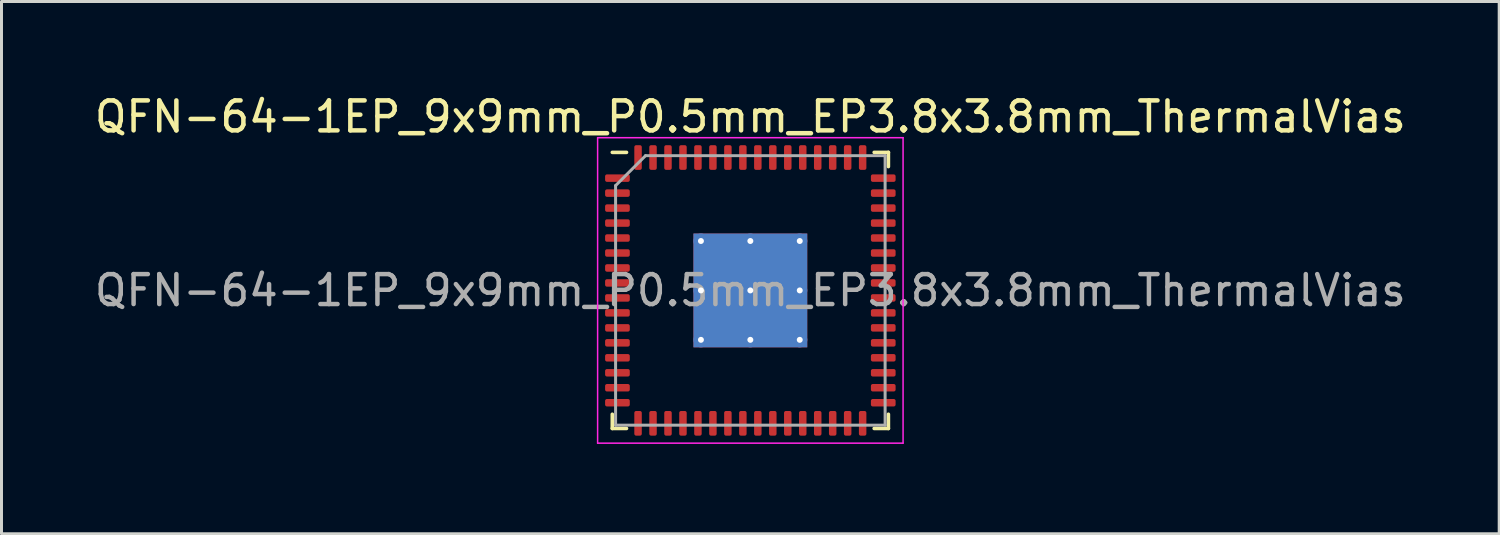
<source format=kicad_pcb>
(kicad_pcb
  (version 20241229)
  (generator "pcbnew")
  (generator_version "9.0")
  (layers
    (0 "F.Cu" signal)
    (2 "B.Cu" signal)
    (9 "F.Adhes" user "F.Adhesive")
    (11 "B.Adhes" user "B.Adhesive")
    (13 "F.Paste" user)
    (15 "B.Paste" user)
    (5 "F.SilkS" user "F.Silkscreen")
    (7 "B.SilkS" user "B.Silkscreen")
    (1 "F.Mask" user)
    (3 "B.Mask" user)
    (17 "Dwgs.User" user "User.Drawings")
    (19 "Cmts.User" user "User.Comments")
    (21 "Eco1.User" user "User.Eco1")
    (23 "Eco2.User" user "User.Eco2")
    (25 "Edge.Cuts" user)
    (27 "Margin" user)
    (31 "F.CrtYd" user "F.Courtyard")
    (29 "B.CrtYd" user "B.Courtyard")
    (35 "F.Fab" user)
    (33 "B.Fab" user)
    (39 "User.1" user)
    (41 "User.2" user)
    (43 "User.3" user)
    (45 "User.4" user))
  (footprint "QFN-64-1EP_9x9mm_P0.5mm_EP3.8x3.8mm_ThermalVias"
    (layer "F.Cu")
    (at 22.006 6.648)
    (property "Reference" "QFN-64-1EP_9x9mm_P0.5mm_EP3.8x3.8mm_ThermalVias" (at 0 -5.8 0) (layer "F.SilkS") (effects (font (size 1 1) (thickness 0.15))))
    (attr smd)
    (fp_line (start -4.61 4.61) (end -4.61 4.135) (stroke (width 0.12) (type solid)) (layer "F.SilkS"))
    (fp_line (start -4.135 -4.61) (end -4.61 -4.61) (stroke (width 0.12) (type solid)) (layer "F.SilkS"))
    (fp_line (start -4.135 4.61) (end -4.61 4.61) (stroke (width 0.12) (type solid)) (layer "F.SilkS"))
    (fp_line (start 4.135 -4.61) (end 4.61 -4.61) (stroke (width 0.12) (type solid)) (layer "F.SilkS"))
    (fp_line (start 4.135 4.61) (end 4.61 4.61) (stroke (width 0.12) (type solid)) (layer "F.SilkS"))
    (fp_line (start 4.61 -4.61) (end 4.61 -4.135) (stroke (width 0.12) (type solid)) (layer "F.SilkS"))
    (fp_line (start 4.61 4.61) (end 4.61 4.135) (stroke (width 0.12) (type solid)) (layer "F.SilkS"))
    (fp_line (start -5.1 -5.1) (end -5.1 5.1) (stroke (width 0.05) (type solid)) (layer "F.CrtYd"))
    (fp_line (start -5.1 5.1) (end 5.1 5.1) (stroke (width 0.05) (type solid)) (layer "F.CrtYd"))
    (fp_line (start 5.1 -5.1) (end -5.1 -5.1) (stroke (width 0.05) (type solid)) (layer "F.CrtYd"))
    (fp_line (start 5.1 5.1) (end 5.1 -5.1) (stroke (width 0.05) (type solid)) (layer "F.CrtYd"))
    (fp_line (start -4.5 -3.5) (end -3.5 -4.5) (stroke (width 0.1) (type solid)) (layer "F.Fab"))
    (fp_line (start -4.5 4.5) (end -4.5 -3.5) (stroke (width 0.1) (type solid)) (layer "F.Fab"))
    (fp_line (start -3.5 -4.5) (end 4.5 -4.5) (stroke (width 0.1) (type solid)) (layer "F.Fab"))
    (fp_line (start 4.5 -4.5) (end 4.5 4.5) (stroke (width 0.1) (type solid)) (layer "F.Fab"))
    (fp_line (start 4.5 4.5) (end -4.5 4.5) (stroke (width 0.1) (type solid)) (layer "F.Fab"))
    (fp_text user "${REFERENCE}" (at 0 0 0) (layer "F.Fab") (effects (font (size 1 1) (thickness 0.15))))
    (pad "" smd custom (at -0.825 -0.825) (size 1.415 1.415) (layers "F.Paste") (options (anchor circle)) (primitives (gr_poly (pts (xy -0.649 -0.553) (xy -0.553 -0.649) (xy 0.553 -0.649) (xy 0.649 -0.553) (xy 0.649 0.553) (xy 0.553 0.649) (xy -0.553 0.649) (xy -0.649 0.553)) (width 0.233) (fill yes))))
    (pad "" smd custom (at -0.825 0.825) (size 1.415 1.415) (layers "F.Paste") (options (anchor circle)) (primitives (gr_poly (pts (xy -0.649 -0.553) (xy -0.553 -0.649) (xy 0.553 -0.649) (xy 0.649 -0.553) (xy 0.649 0.553) (xy 0.553 0.649) (xy -0.553 0.649) (xy -0.649 0.553)) (width 0.233) (fill yes))))
    (pad "" smd custom (at 0.825 -0.825) (size 1.415 1.415) (layers "F.Paste") (options (anchor circle)) (primitives (gr_poly (pts (xy -0.649 -0.553) (xy -0.553 -0.649) (xy 0.553 -0.649) (xy 0.649 -0.553) (xy 0.649 0.553) (xy 0.553 0.649) (xy -0.553 0.649) (xy -0.649 0.553)) (width 0.233) (fill yes))))
    (pad "" smd custom (at 0.825 0.825) (size 1.415 1.415) (layers "F.Paste") (options (anchor circle)) (primitives (gr_poly (pts (xy -0.649 -0.553) (xy -0.553 -0.649) (xy 0.553 -0.649) (xy 0.649 -0.553) (xy 0.649 0.553) (xy 0.553 0.649) (xy -0.553 0.649) (xy -0.649 0.553)) (width 0.233) (fill yes))))
    (pad "1" smd roundrect (at -4.438 -3.75) (size 0.825 0.25) (layers "F.Cu" "F.Mask" "F.Paste") (roundrect_rratio 0.25))
    (pad "2" smd roundrect (at -4.438 -3.25) (size 0.825 0.25) (layers "F.Cu" "F.Mask" "F.Paste") (roundrect_rratio 0.25))
    (pad "3" smd roundrect (at -4.438 -2.75) (size 0.825 0.25) (layers "F.Cu" "F.Mask" "F.Paste") (roundrect_rratio 0.25))
    (pad "4" smd roundrect (at -4.438 -2.25) (size 0.825 0.25) (layers "F.Cu" "F.Mask" "F.Paste") (roundrect_rratio 0.25))
    (pad "5" smd roundrect (at -4.438 -1.75) (size 0.825 0.25) (layers "F.Cu" "F.Mask" "F.Paste") (roundrect_rratio 0.25))
    (pad "6" smd roundrect (at -4.438 -1.25) (size 0.825 0.25) (layers "F.Cu" "F.Mask" "F.Paste") (roundrect_rratio 0.25))
    (pad "7" smd roundrect (at -4.438 -0.75) (size 0.825 0.25) (layers "F.Cu" "F.Mask" "F.Paste") (roundrect_rratio 0.25))
    (pad "8" smd roundrect (at -4.438 -0.25) (size 0.825 0.25) (layers "F.Cu" "F.Mask" "F.Paste") (roundrect_rratio 0.25))
    (pad "9" smd roundrect (at -4.438 0.25) (size 0.825 0.25) (layers "F.Cu" "F.Mask" "F.Paste") (roundrect_rratio 0.25))
    (pad "10" smd roundrect (at -4.438 0.75) (size 0.825 0.25) (layers "F.Cu" "F.Mask" "F.Paste") (roundrect_rratio 0.25))
    (pad "11" smd roundrect (at -4.438 1.25) (size 0.825 0.25) (layers "F.Cu" "F.Mask" "F.Paste") (roundrect_rratio 0.25))
    (pad "12" smd roundrect (at -4.438 1.75) (size 0.825 0.25) (layers "F.Cu" "F.Mask" "F.Paste") (roundrect_rratio 0.25))
    (pad "13" smd roundrect (at -4.438 2.25) (size 0.825 0.25) (layers "F.Cu" "F.Mask" "F.Paste") (roundrect_rratio 0.25))
    (pad "14" smd roundrect (at -4.438 2.75) (size 0.825 0.25) (layers "F.Cu" "F.Mask" "F.Paste") (roundrect_rratio 0.25))
    (pad "15" smd roundrect (at -4.438 3.25) (size 0.825 0.25) (layers "F.Cu" "F.Mask" "F.Paste") (roundrect_rratio 0.25))
    (pad "16" smd roundrect (at -4.438 3.75) (size 0.825 0.25) (layers "F.Cu" "F.Mask" "F.Paste") (roundrect_rratio 0.25))
    (pad "17" smd roundrect (at -3.75 4.438) (size 0.25 0.825) (layers "F.Cu" "F.Mask" "F.Paste") (roundrect_rratio 0.25))
    (pad "18" smd roundrect (at -3.25 4.438) (size 0.25 0.825) (layers "F.Cu" "F.Mask" "F.Paste") (roundrect_rratio 0.25))
    (pad "19" smd roundrect (at -2.75 4.438) (size 0.25 0.825) (layers "F.Cu" "F.Mask" "F.Paste") (roundrect_rratio 0.25))
    (pad "20" smd roundrect (at -2.25 4.438) (size 0.25 0.825) (layers "F.Cu" "F.Mask" "F.Paste") (roundrect_rratio 0.25))
    (pad "21" smd roundrect (at -1.75 4.438) (size 0.25 0.825) (layers "F.Cu" "F.Mask" "F.Paste") (roundrect_rratio 0.25))
    (pad "22" smd roundrect (at -1.25 4.438) (size 0.25 0.825) (layers "F.Cu" "F.Mask" "F.Paste") (roundrect_rratio 0.25))
    (pad "23" smd roundrect (at -0.75 4.438) (size 0.25 0.825) (layers "F.Cu" "F.Mask" "F.Paste") (roundrect_rratio 0.25))
    (pad "24" smd roundrect (at -0.25 4.438) (size 0.25 0.825) (layers "F.Cu" "F.Mask" "F.Paste") (roundrect_rratio 0.25))
    (pad "25" smd roundrect (at 0.25 4.438) (size 0.25 0.825) (layers "F.Cu" "F.Mask" "F.Paste") (roundrect_rratio 0.25))
    (pad "26" smd roundrect (at 0.75 4.438) (size 0.25 0.825) (layers "F.Cu" "F.Mask" "F.Paste") (roundrect_rratio 0.25))
    (pad "27" smd roundrect (at 1.25 4.438) (size 0.25 0.825) (layers "F.Cu" "F.Mask" "F.Paste") (roundrect_rratio 0.25))
    (pad "28" smd roundrect (at 1.75 4.438) (size 0.25 0.825) (layers "F.Cu" "F.Mask" "F.Paste") (roundrect_rratio 0.25))
    (pad "29" smd roundrect (at 2.25 4.438) (size 0.25 0.825) (layers "F.Cu" "F.Mask" "F.Paste") (roundrect_rratio 0.25))
    (pad "30" smd roundrect (at 2.75 4.438) (size 0.25 0.825) (layers "F.Cu" "F.Mask" "F.Paste") (roundrect_rratio 0.25))
    (pad "31" smd roundrect (at 3.25 4.438) (size 0.25 0.825) (layers "F.Cu" "F.Mask" "F.Paste") (roundrect_rratio 0.25))
    (pad "32" smd roundrect (at 3.75 4.438) (size 0.25 0.825) (layers "F.Cu" "F.Mask" "F.Paste") (roundrect_rratio 0.25))
    (pad "33" smd roundrect (at 4.438 3.75) (size 0.825 0.25) (layers "F.Cu" "F.Mask" "F.Paste") (roundrect_rratio 0.25))
    (pad "34" smd roundrect (at 4.438 3.25) (size 0.825 0.25) (layers "F.Cu" "F.Mask" "F.Paste") (roundrect_rratio 0.25))
    (pad "35" smd roundrect (at 4.438 2.75) (size 0.825 0.25) (layers "F.Cu" "F.Mask" "F.Paste") (roundrect_rratio 0.25))
    (pad "36" smd roundrect (at 4.438 2.25) (size 0.825 0.25) (layers "F.Cu" "F.Mask" "F.Paste") (roundrect_rratio 0.25))
    (pad "37" smd roundrect (at 4.438 1.75) (size 0.825 0.25) (layers "F.Cu" "F.Mask" "F.Paste") (roundrect_rratio 0.25))
    (pad "38" smd roundrect (at 4.438 1.25) (size 0.825 0.25) (layers "F.Cu" "F.Mask" "F.Paste") (roundrect_rratio 0.25))
    (pad "39" smd roundrect (at 4.438 0.75) (size 0.825 0.25) (layers "F.Cu" "F.Mask" "F.Paste") (roundrect_rratio 0.25))
    (pad "40" smd roundrect (at 4.438 0.25) (size 0.825 0.25) (layers "F.Cu" "F.Mask" "F.Paste") (roundrect_rratio 0.25))
    (pad "41" smd roundrect (at 4.438 -0.25) (size 0.825 0.25) (layers "F.Cu" "F.Mask" "F.Paste") (roundrect_rratio 0.25))
    (pad "42" smd roundrect (at 4.438 -0.75) (size 0.825 0.25) (layers "F.Cu" "F.Mask" "F.Paste") (roundrect_rratio 0.25))
    (pad "43" smd roundrect (at 4.438 -1.25) (size 0.825 0.25) (layers "F.Cu" "F.Mask" "F.Paste") (roundrect_rratio 0.25))
    (pad "44" smd roundrect (at 4.438 -1.75) (size 0.825 0.25) (layers "F.Cu" "F.Mask" "F.Paste") (roundrect_rratio 0.25))
    (pad "45" smd roundrect (at 4.438 -2.25) (size 0.825 0.25) (layers "F.Cu" "F.Mask" "F.Paste") (roundrect_rratio 0.25))
    (pad "46" smd roundrect (at 4.438 -2.75) (size 0.825 0.25) (layers "F.Cu" "F.Mask" "F.Paste") (roundrect_rratio 0.25))
    (pad "47" smd roundrect (at 4.438 -3.25) (size 0.825 0.25) (layers "F.Cu" "F.Mask" "F.Paste") (roundrect_rratio 0.25))
    (pad "48" smd roundrect (at 4.438 -3.75) (size 0.825 0.25) (layers "F.Cu" "F.Mask" "F.Paste") (roundrect_rratio 0.25))
    (pad "49" smd roundrect (at 3.75 -4.438) (size 0.25 0.825) (layers "F.Cu" "F.Mask" "F.Paste") (roundrect_rratio 0.25))
    (pad "50" smd roundrect (at 3.25 -4.438) (size 0.25 0.825) (layers "F.Cu" "F.Mask" "F.Paste") (roundrect_rratio 0.25))
    (pad "51" smd roundrect (at 2.75 -4.438) (size 0.25 0.825) (layers "F.Cu" "F.Mask" "F.Paste") (roundrect_rratio 0.25))
    (pad "52" smd roundrect (at 2.25 -4.438) (size 0.25 0.825) (layers "F.Cu" "F.Mask" "F.Paste") (roundrect_rratio 0.25))
    (pad "53" smd roundrect (at 1.75 -4.438) (size 0.25 0.825) (layers "F.Cu" "F.Mask" "F.Paste") (roundrect_rratio 0.25))
    (pad "54" smd roundrect (at 1.25 -4.438) (size 0.25 0.825) (layers "F.Cu" "F.Mask" "F.Paste") (roundrect_rratio 0.25))
    (pad "55" smd roundrect (at 0.75 -4.438) (size 0.25 0.825) (layers "F.Cu" "F.Mask" "F.Paste") (roundrect_rratio 0.25))
    (pad "56" smd roundrect (at 0.25 -4.438) (size 0.25 0.825) (layers "F.Cu" "F.Mask" "F.Paste") (roundrect_rratio 0.25))
    (pad "57" smd roundrect (at -0.25 -4.438) (size 0.25 0.825) (layers "F.Cu" "F.Mask" "F.Paste") (roundrect_rratio 0.25))
    (pad "58" smd roundrect (at -0.75 -4.438) (size 0.25 0.825) (layers "F.Cu" "F.Mask" "F.Paste") (roundrect_rratio 0.25))
    (pad "59" smd roundrect (at -1.25 -4.438) (size 0.25 0.825) (layers "F.Cu" "F.Mask" "F.Paste") (roundrect_rratio 0.25))
    (pad "60" smd roundrect (at -1.75 -4.438) (size 0.25 0.825) (layers "F.Cu" "F.Mask" "F.Paste") (roundrect_rratio 0.25))
    (pad "61" smd roundrect (at -2.25 -4.438) (size 0.25 0.825) (layers "F.Cu" "F.Mask" "F.Paste") (roundrect_rratio 0.25))
    (pad "62" smd roundrect (at -2.75 -4.438) (size 0.25 0.825) (layers "F.Cu" "F.Mask" "F.Paste") (roundrect_rratio 0.25))
    (pad "63" smd roundrect (at -3.25 -4.438) (size 0.25 0.825) (layers "F.Cu" "F.Mask" "F.Paste") (roundrect_rratio 0.25))
    (pad "64" smd roundrect (at -3.75 -4.438) (size 0.25 0.825) (layers "F.Cu" "F.Mask" "F.Paste") (roundrect_rratio 0.25))
    (pad "65" thru_hole circle (at -1.65 -1.65) (size 0.5 0.5) (drill 0.2) (layers "*.Cu"))
    (pad "65" thru_hole circle (at -1.65 0) (size 0.5 0.5) (drill 0.2) (layers "*.Cu"))
    (pad "65" thru_hole circle (at -1.65 1.65) (size 0.5 0.5) (drill 0.2) (layers "*.Cu"))
    (pad "65" thru_hole circle (at 0 -1.65) (size 0.5 0.5) (drill 0.2) (layers "*.Cu"))
    (pad "65" thru_hole circle (at 0 0) (size 0.5 0.5) (drill 0.2) (layers "*.Cu"))
    (pad "65" smd rect (at 0 0) (size 3.8 3.8) (layers "F.Cu" "F.Mask"))
    (pad "65" smd rect (at 0 0) (size 3.8 3.8) (layers "B.Cu"))
    (pad "65" thru_hole circle (at 0 1.65) (size 0.5 0.5) (drill 0.2) (layers "*.Cu"))
    (pad "65" thru_hole circle (at 1.65 -1.65) (size 0.5 0.5) (drill 0.2) (layers "*.Cu"))
    (pad "65" thru_hole circle (at 1.65 0) (size 0.5 0.5) (drill 0.2) (layers "*.Cu"))
    (pad "65" thru_hole circle (at 1.65 1.65) (size 0.5 0.5) (drill 0.2) (layers "*.Cu")))
  (gr_rect
    (start -3 -3)
    (end 47.012 14.773)
    (stroke (width 0.1) (type default))
    (fill no)
    (layer "Edge.Cuts")))
</source>
